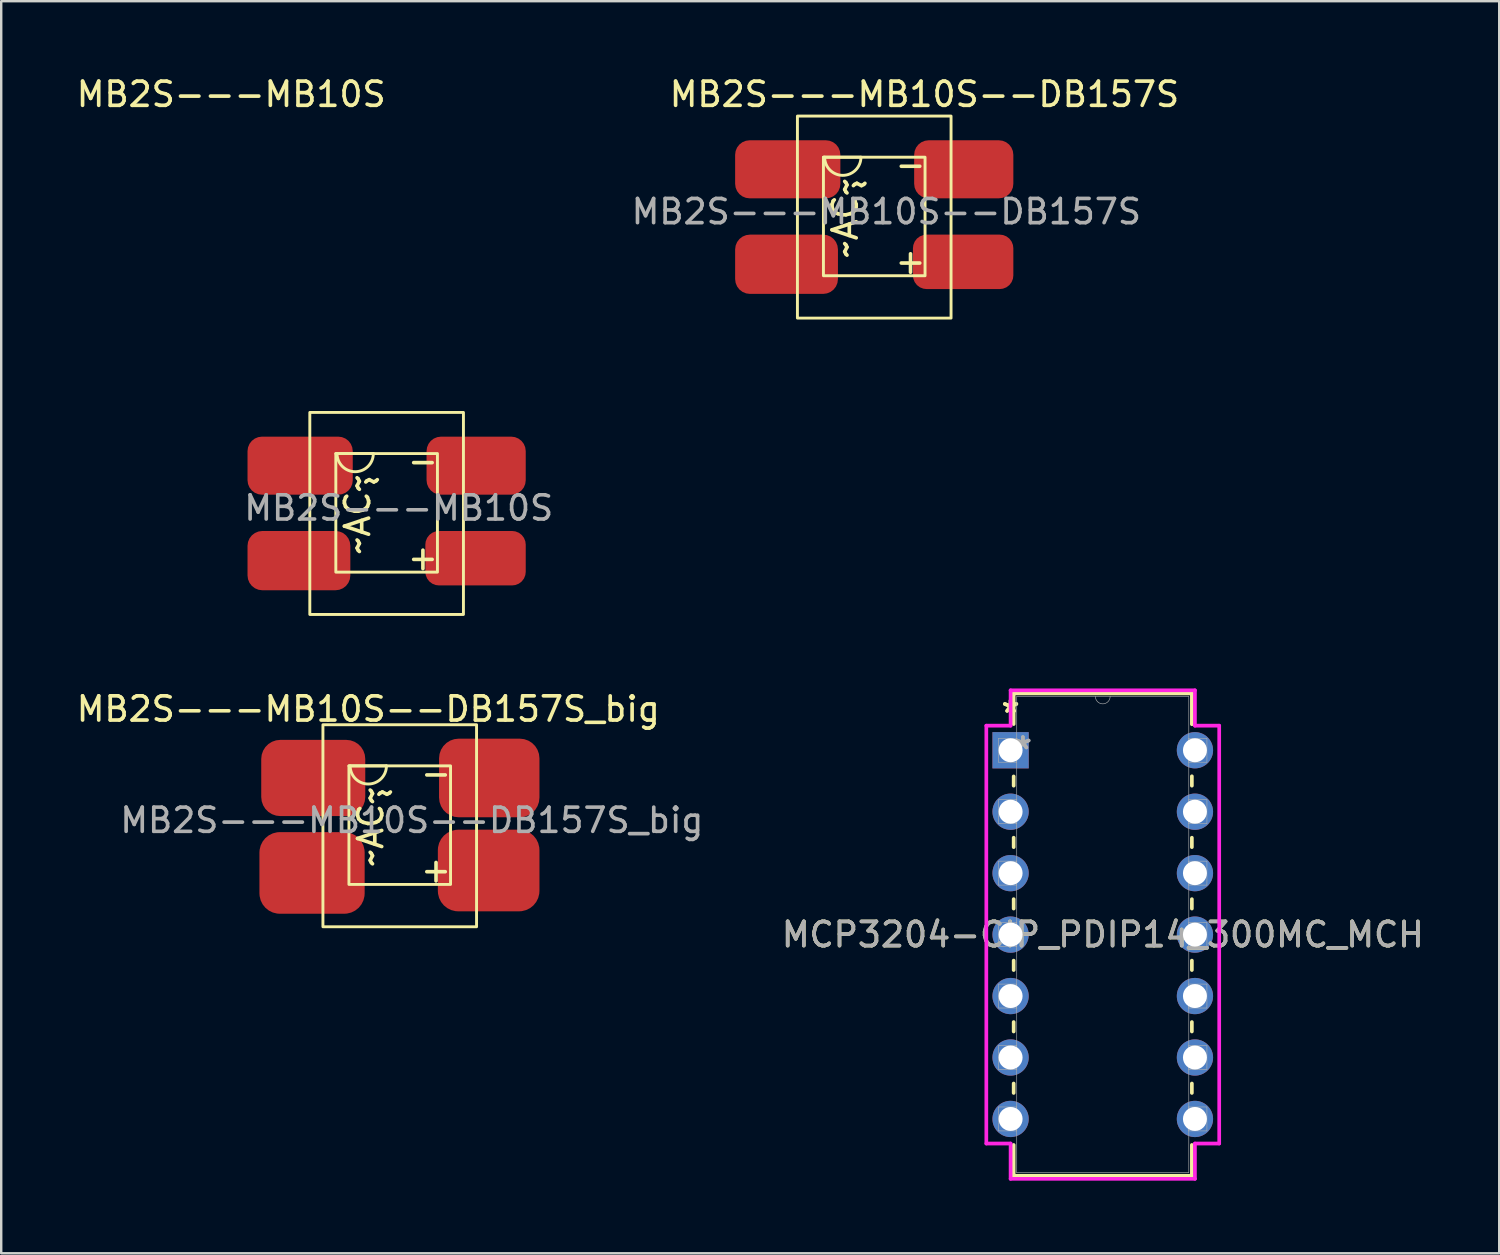
<source format=kicad_pcb>
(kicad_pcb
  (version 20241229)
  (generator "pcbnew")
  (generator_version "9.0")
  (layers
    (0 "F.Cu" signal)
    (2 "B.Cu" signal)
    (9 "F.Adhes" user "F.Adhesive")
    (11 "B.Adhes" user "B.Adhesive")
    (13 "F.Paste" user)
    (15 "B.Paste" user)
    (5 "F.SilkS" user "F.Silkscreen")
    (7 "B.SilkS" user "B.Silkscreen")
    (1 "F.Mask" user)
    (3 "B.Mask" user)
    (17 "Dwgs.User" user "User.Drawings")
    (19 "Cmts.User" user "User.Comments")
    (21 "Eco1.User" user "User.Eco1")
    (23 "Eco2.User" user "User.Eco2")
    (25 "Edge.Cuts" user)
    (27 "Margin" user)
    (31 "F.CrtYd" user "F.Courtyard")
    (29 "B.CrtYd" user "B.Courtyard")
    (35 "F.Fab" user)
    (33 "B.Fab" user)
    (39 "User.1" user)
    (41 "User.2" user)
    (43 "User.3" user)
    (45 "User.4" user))
  (footprint "MB2S---MB10S"
    (layer "F.Cu")
    (at 13.256 18.098)
    (property "Reference" "MB2S---MB10S" (at -6.75 -17.25 0) (unlocked yes) (layer "F.SilkS") (effects (font (size 1 1) (thickness 0.15))))
    (attr smd)
    (fp_line (start -0.875 -2.4) (end -2.425 -2.4) (stroke (width 0.12) (type solid)) (layer "F.SilkS"))
    (fp_rect (start -3.5 -4.1) (end 2.85 4.25) (stroke (width 0.12) (type solid)) (fill no) (layer "F.SilkS"))
    (fp_rect (start -2.425 -2.4) (end 1.775 2.5) (stroke (width 0.12) (type solid)) (fill no) (layer "F.SilkS"))
    (fp_arc (start -0.875 -2.4) (mid -1.625 -1.65) (end -2.375 -2.4) (stroke (width 0.12) (type solid)) (layer "F.SilkS"))
    (fp_text user "+" (at 1.175 1.9 0) (unlocked yes) (layer "F.SilkS") (effects (font (size 1 1) (thickness 0.15))))
    (fp_text user "~" (at -0.925 -1.3 0) (unlocked yes) (layer "F.SilkS") (effects (font (size 1 1) (thickness 0.15))))
    (fp_text user "-" (at 1.175 -2.1 0) (unlocked yes) (layer "F.SilkS") (effects (font (size 1 1) (thickness 0.15))))
    (fp_text user "~AC~" (at -1.525 0.1 90) (unlocked yes) (layer "F.SilkS") (effects (font (size 1 1) (thickness 0.15))))
    (fp_text user "${REFERENCE}" (at 0.175 -0.15 0) (unlocked yes) (layer "F.Fab") (effects (font (size 1 1) (thickness 0.15))))
    (pad "1" smd roundrect (at 3.35 1.925) (size 4.15 2.25) (layers "F.Cu" "F.Mask" "F.Paste") (roundrect_rratio 0.25))
    (pad "2" smd roundrect (at 3.375 -1.9) (size 4.1 2.4) (layers "F.Cu" "F.Mask" "F.Paste") (roundrect_rratio 0.25))
    (pad "3" smd roundrect (at -3.95 2.025) (size 4.25 2.45) (layers "F.Cu" "F.Mask" "F.Paste") (roundrect_rratio 0.25))
    (pad "4" smd roundrect (at -3.9 -1.9) (size 4.35 2.4) (layers "F.Cu" "F.Mask" "F.Paste") (roundrect_rratio 0.25)))
  (footprint "MB2S---MB10S--DB157S_big"
    (layer "F.Cu")
    (at 13.973 30.857)
    (property "Reference" "MB2S---MB10S--DB157S_big" (at -1.8 -4.6 0) (unlocked yes) (layer "F.SilkS") (effects (font (size 1 1) (thickness 0.15))))
    (attr smd)
    (fp_line (start -1.05 -2.25) (end -2.6 -2.25) (stroke (width 0.12) (type solid)) (layer "F.SilkS"))
    (fp_rect (start -3.675 -3.95) (end 2.675 4.4) (stroke (width 0.12) (type solid)) (fill no) (layer "F.SilkS"))
    (fp_rect (start -2.6 -2.25) (end 1.6 2.65) (stroke (width 0.12) (type solid)) (fill no) (layer "F.SilkS"))
    (fp_arc (start -1.05 -2.25) (mid -1.8 -1.5) (end -2.55 -2.25) (stroke (width 0.12) (type solid)) (layer "F.SilkS"))
    (fp_text user "-" (at 1 -1.95 0) (unlocked yes) (layer "F.SilkS") (effects (font (size 1 1) (thickness 0.15))))
    (fp_text user "~AC~" (at -1.7 0.25 90) (unlocked yes) (layer "F.SilkS") (effects (font (size 1 1) (thickness 0.15))))
    (fp_text user "+" (at 1 2.05 0) (unlocked yes) (layer "F.SilkS") (effects (font (size 1 1) (thickness 0.15))))
    (fp_text user "~" (at -1.1 -1.15 0) (unlocked yes) (layer "F.SilkS") (effects (font (size 1 1) (thickness 0.15))))
    (fp_text user "${REFERENCE}" (at 0 0 0) (unlocked yes) (layer "F.Fab") (effects (font (size 1 1) (thickness 0.15))))
    (pad "1" smd roundrect (at 3.175 2.075) (size 4.2 3.375) (layers "F.Cu" "F.Mask" "F.Paste") (roundrect_rratio 0.25))
    (pad "2" smd roundrect (at 3.2 -1.75) (size 4.15 3.25) (layers "F.Cu" "F.Mask" "F.Paste") (roundrect_rratio 0.25))
    (pad "3" smd roundrect (at -4.125 2.175) (size 4.35 3.375) (layers "F.Cu" "F.Mask" "F.Paste") (roundrect_rratio 0.25))
    (pad "4" smd roundrect (at -4.075 -1.75) (size 4.3 3.15) (layers "F.Cu" "F.Mask" "F.Paste") (roundrect_rratio 0.25)))
  (footprint "MCP3204-CIP_PDIP14_300MC_MCH"
    (layer "F.Cu")
    (at 38.722 27.961)
    (property "Reference" "MCP3204-CIP_PDIP14_300MC_MCH" (at 3.81 7.62 0) (unlocked yes) (layer "F.SilkS") (effects (font (size 1 1) (thickness 0.15))))
    (attr through_hole)
    (fp_line (start 0.127 -2.349) (end 0.127 -1.082) (stroke (width 0.152) (type solid)) (layer "F.SilkS"))
    (fp_line (start 0.127 1.082) (end 0.127 1.465) (stroke (width 0.152) (type solid)) (layer "F.SilkS"))
    (fp_line (start 0.127 3.615) (end 0.127 4.005) (stroke (width 0.152) (type solid)) (layer "F.SilkS"))
    (fp_line (start 0.127 6.155) (end 0.127 6.545) (stroke (width 0.152) (type solid)) (layer "F.SilkS"))
    (fp_line (start 0.127 8.695) (end 0.127 9.085) (stroke (width 0.152) (type solid)) (layer "F.SilkS"))
    (fp_line (start 0.127 11.235) (end 0.127 11.625) (stroke (width 0.152) (type solid)) (layer "F.SilkS"))
    (fp_line (start 0.127 13.775) (end 0.127 14.165) (stroke (width 0.152) (type solid)) (layer "F.SilkS"))
    (fp_line (start 0.127 16.315) (end 0.127 17.59) (stroke (width 0.152) (type solid)) (layer "F.SilkS"))
    (fp_line (start 0.127 17.59) (end 7.493 17.59) (stroke (width 0.152) (type solid)) (layer "F.SilkS"))
    (fp_line (start 7.493 -2.349) (end 0.127 -2.349) (stroke (width 0.152) (type solid)) (layer "F.SilkS"))
    (fp_line (start 7.493 -1.075) (end 7.493 -2.349) (stroke (width 0.152) (type solid)) (layer "F.SilkS"))
    (fp_line (start 7.493 1.465) (end 7.493 1.075) (stroke (width 0.152) (type solid)) (layer "F.SilkS"))
    (fp_line (start 7.493 4.005) (end 7.493 3.615) (stroke (width 0.152) (type solid)) (layer "F.SilkS"))
    (fp_line (start 7.493 6.545) (end 7.493 6.155) (stroke (width 0.152) (type solid)) (layer "F.SilkS"))
    (fp_line (start 7.493 9.085) (end 7.493 8.695) (stroke (width 0.152) (type solid)) (layer "F.SilkS"))
    (fp_line (start 7.493 11.625) (end 7.493 11.235) (stroke (width 0.152) (type solid)) (layer "F.SilkS"))
    (fp_line (start 7.493 14.165) (end 7.493 13.775) (stroke (width 0.152) (type solid)) (layer "F.SilkS"))
    (fp_line (start 7.493 17.59) (end 7.493 16.315) (stroke (width 0.152) (type solid)) (layer "F.SilkS"))
    (fp_line (start -1.003 -1.016) (end 0 -1.016) (stroke (width 0.152) (type solid)) (layer "F.CrtYd"))
    (fp_line (start -1.003 16.256) (end -1.003 -1.016) (stroke (width 0.152) (type solid)) (layer "F.CrtYd"))
    (fp_line (start 0 -2.477) (end 7.62 -2.477) (stroke (width 0.152) (type solid)) (layer "F.CrtYd"))
    (fp_line (start 0 -1.016) (end 0 -2.477) (stroke (width 0.152) (type solid)) (layer "F.CrtYd"))
    (fp_line (start 0 16.256) (end -1.003 16.256) (stroke (width 0.152) (type solid)) (layer "F.CrtYd"))
    (fp_line (start 0 17.716) (end 0 16.256) (stroke (width 0.152) (type solid)) (layer "F.CrtYd"))
    (fp_line (start 7.62 -2.477) (end 7.62 -1.016) (stroke (width 0.152) (type solid)) (layer "F.CrtYd"))
    (fp_line (start 7.62 16.256) (end 7.62 17.716) (stroke (width 0.152) (type solid)) (layer "F.CrtYd"))
    (fp_line (start 7.62 17.716) (end 0 17.716) (stroke (width 0.152) (type solid)) (layer "F.CrtYd"))
    (fp_line (start 8.623 -1.016) (end 7.62 -1.016) (stroke (width 0.152) (type solid)) (layer "F.CrtYd"))
    (fp_line (start 8.623 -1.016) (end 8.623 16.256) (stroke (width 0.152) (type solid)) (layer "F.CrtYd"))
    (fp_line (start 8.623 16.256) (end 7.62 16.256) (stroke (width 0.152) (type solid)) (layer "F.CrtYd"))
    (fp_line (start -0.495 -0.495) (end -0.495 0.495) (stroke (width 0.025) (type solid)) (layer "F.Fab"))
    (fp_line (start -0.495 0.495) (end 0.254 0.495) (stroke (width 0.025) (type solid)) (layer "F.Fab"))
    (fp_line (start -0.495 2.045) (end -0.495 3.035) (stroke (width 0.025) (type solid)) (layer "F.Fab"))
    (fp_line (start -0.495 3.035) (end 0.254 3.035) (stroke (width 0.025) (type solid)) (layer "F.Fab"))
    (fp_line (start -0.495 4.585) (end -0.495 5.575) (stroke (width 0.025) (type solid)) (layer "F.Fab"))
    (fp_line (start -0.495 5.575) (end 0.254 5.575) (stroke (width 0.025) (type solid)) (layer "F.Fab"))
    (fp_line (start -0.495 7.125) (end -0.495 8.115) (stroke (width 0.025) (type solid)) (layer "F.Fab"))
    (fp_line (start -0.495 8.115) (end 0.254 8.115) (stroke (width 0.025) (type solid)) (layer "F.Fab"))
    (fp_line (start -0.495 9.665) (end -0.495 10.655) (stroke (width 0.025) (type solid)) (layer "F.Fab"))
    (fp_line (start -0.495 10.655) (end 0.254 10.655) (stroke (width 0.025) (type solid)) (layer "F.Fab"))
    (fp_line (start -0.495 12.205) (end -0.495 13.195) (stroke (width 0.025) (type solid)) (layer "F.Fab"))
    (fp_line (start -0.495 13.195) (end 0.254 13.195) (stroke (width 0.025) (type solid)) (layer "F.Fab"))
    (fp_line (start -0.495 14.745) (end -0.495 15.735) (stroke (width 0.025) (type solid)) (layer "F.Fab"))
    (fp_line (start -0.495 15.735) (end 0.254 15.735) (stroke (width 0.025) (type solid)) (layer "F.Fab"))
    (fp_line (start 0.254 -2.223) (end 0.254 17.462) (stroke (width 0.025) (type solid)) (layer "F.Fab"))
    (fp_line (start 0.254 -0.495) (end -0.495 -0.495) (stroke (width 0.025) (type solid)) (layer "F.Fab"))
    (fp_line (start 0.254 0.495) (end 0.254 -0.495) (stroke (width 0.025) (type solid)) (layer "F.Fab"))
    (fp_line (start 0.254 2.045) (end -0.495 2.045) (stroke (width 0.025) (type solid)) (layer "F.Fab"))
    (fp_line (start 0.254 3.035) (end 0.254 2.045) (stroke (width 0.025) (type solid)) (layer "F.Fab"))
    (fp_line (start 0.254 4.585) (end -0.495 4.585) (stroke (width 0.025) (type solid)) (layer "F.Fab"))
    (fp_line (start 0.254 5.575) (end 0.254 4.585) (stroke (width 0.025) (type solid)) (layer "F.Fab"))
    (fp_line (start 0.254 7.125) (end -0.495 7.125) (stroke (width 0.025) (type solid)) (layer "F.Fab"))
    (fp_line (start 0.254 8.115) (end 0.254 7.125) (stroke (width 0.025) (type solid)) (layer "F.Fab"))
    (fp_line (start 0.254 9.665) (end -0.495 9.665) (stroke (width 0.025) (type solid)) (layer "F.Fab"))
    (fp_line (start 0.254 10.655) (end 0.254 9.665) (stroke (width 0.025) (type solid)) (layer "F.Fab"))
    (fp_line (start 0.254 12.205) (end -0.495 12.205) (stroke (width 0.025) (type solid)) (layer "F.Fab"))
    (fp_line (start 0.254 13.195) (end 0.254 12.205) (stroke (width 0.025) (type solid)) (layer "F.Fab"))
    (fp_line (start 0.254 14.745) (end -0.495 14.745) (stroke (width 0.025) (type solid)) (layer "F.Fab"))
    (fp_line (start 0.254 15.735) (end 0.254 14.745) (stroke (width 0.025) (type solid)) (layer "F.Fab"))
    (fp_line (start 0.254 17.462) (end 7.366 17.462) (stroke (width 0.025) (type solid)) (layer "F.Fab"))
    (fp_line (start 7.366 -2.223) (end 0.254 -2.223) (stroke (width 0.025) (type solid)) (layer "F.Fab"))
    (fp_line (start 7.366 -0.495) (end 7.366 0.495) (stroke (width 0.025) (type solid)) (layer "F.Fab"))
    (fp_line (start 7.366 0.495) (end 8.115 0.495) (stroke (width 0.025) (type solid)) (layer "F.Fab"))
    (fp_line (start 7.366 2.045) (end 7.366 3.035) (stroke (width 0.025) (type solid)) (layer "F.Fab"))
    (fp_line (start 7.366 3.035) (end 8.115 3.035) (stroke (width 0.025) (type solid)) (layer "F.Fab"))
    (fp_line (start 7.366 4.585) (end 7.366 5.575) (stroke (width 0.025) (type solid)) (layer "F.Fab"))
    (fp_line (start 7.366 5.575) (end 8.115 5.575) (stroke (width 0.025) (type solid)) (layer "F.Fab"))
    (fp_line (start 7.366 7.125) (end 7.366 8.115) (stroke (width 0.025) (type solid)) (layer "F.Fab"))
    (fp_line (start 7.366 8.115) (end 8.115 8.115) (stroke (width 0.025) (type solid)) (layer "F.Fab"))
    (fp_line (start 7.366 9.665) (end 7.366 10.655) (stroke (width 0.025) (type solid)) (layer "F.Fab"))
    (fp_line (start 7.366 10.655) (end 8.115 10.655) (stroke (width 0.025) (type solid)) (layer "F.Fab"))
    (fp_line (start 7.366 12.205) (end 7.366 13.195) (stroke (width 0.025) (type solid)) (layer "F.Fab"))
    (fp_line (start 7.366 13.195) (end 8.115 13.195) (stroke (width 0.025) (type solid)) (layer "F.Fab"))
    (fp_line (start 7.366 14.745) (end 7.366 15.735) (stroke (width 0.025) (type solid)) (layer "F.Fab"))
    (fp_line (start 7.366 15.735) (end 8.115 15.735) (stroke (width 0.025) (type solid)) (layer "F.Fab"))
    (fp_line (start 7.366 17.462) (end 7.366 -2.223) (stroke (width 0.025) (type solid)) (layer "F.Fab"))
    (fp_line (start 8.115 -0.495) (end 7.366 -0.495) (stroke (width 0.025) (type solid)) (layer "F.Fab"))
    (fp_line (start 8.115 0.495) (end 8.115 -0.495) (stroke (width 0.025) (type solid)) (layer "F.Fab"))
    (fp_line (start 8.115 2.045) (end 7.366 2.045) (stroke (width 0.025) (type solid)) (layer "F.Fab"))
    (fp_line (start 8.115 3.035) (end 8.115 2.045) (stroke (width 0.025) (type solid)) (layer "F.Fab"))
    (fp_line (start 8.115 4.585) (end 7.366 4.585) (stroke (width 0.025) (type solid)) (layer "F.Fab"))
    (fp_line (start 8.115 5.575) (end 8.115 4.585) (stroke (width 0.025) (type solid)) (layer "F.Fab"))
    (fp_line (start 8.115 7.125) (end 7.366 7.125) (stroke (width 0.025) (type solid)) (layer "F.Fab"))
    (fp_line (start 8.115 8.115) (end 8.115 7.125) (stroke (width 0.025) (type solid)) (layer "F.Fab"))
    (fp_line (start 8.115 9.665) (end 7.366 9.665) (stroke (width 0.025) (type solid)) (layer "F.Fab"))
    (fp_line (start 8.115 10.655) (end 8.115 9.665) (stroke (width 0.025) (type solid)) (layer "F.Fab"))
    (fp_line (start 8.115 12.205) (end 7.366 12.205) (stroke (width 0.025) (type solid)) (layer "F.Fab"))
    (fp_line (start 8.115 13.195) (end 8.115 12.205) (stroke (width 0.025) (type solid)) (layer "F.Fab"))
    (fp_line (start 8.115 14.745) (end 7.366 14.745) (stroke (width 0.025) (type solid)) (layer "F.Fab"))
    (fp_line (start 8.115 15.735) (end 8.115 14.745) (stroke (width 0.025) (type solid)) (layer "F.Fab"))
    (fp_arc (start 4.1148 -2.2225) (mid 3.81 -1.9177) (end 3.5052 -2.2225) (stroke (width 0.0254) (type solid)) (layer "F.Fab"))
    (fp_text user "*" (at 0 -1.511 0) (unlocked yes) (layer "F.SilkS") (effects (font (size 1 1) (thickness 0.15))))
    (fp_text user "*" (at 0 -1.511 0) (layer "F.SilkS") (effects (font (size 1 1) (thickness 0.15))))
    (fp_text user "${REFERENCE}" (at 3.81 7.62 0) (unlocked yes) (layer "F.Fab") (effects (font (size 1 1) (thickness 0.15))))
    (fp_text user "*" (at 0.508 0 0) (layer "F.Fab") (effects (font (size 1 1) (thickness 0.15))))
    (fp_text user "*" (at 0.508 0 0) (unlocked yes) (layer "F.Fab") (effects (font (size 1 1) (thickness 0.15))))
    (pad "1" thru_hole rect (at 0 0) (size 1.499 1.499) (drill 0.991) (layers "*.Cu" "*.Mask"))
    (pad "2" thru_hole circle (at 0 2.54) (size 1.499 1.499) (drill 0.991) (layers "*.Cu" "*.Mask"))
    (pad "3" thru_hole circle (at 0 5.08) (size 1.499 1.499) (drill 0.991) (layers "*.Cu" "*.Mask"))
    (pad "4" thru_hole circle (at 0 7.62) (size 1.499 1.499) (drill 0.991) (layers "*.Cu" "*.Mask"))
    (pad "5" thru_hole circle (at 0 10.16) (size 1.499 1.499) (drill 0.991) (layers "*.Cu" "*.Mask"))
    (pad "6" thru_hole circle (at 0 12.7) (size 1.499 1.499) (drill 0.991) (layers "*.Cu" "*.Mask"))
    (pad "7" thru_hole circle (at 0 15.24) (size 1.499 1.499) (drill 0.991) (layers "*.Cu" "*.Mask"))
    (pad "8" thru_hole circle (at 7.62 15.24) (size 1.499 1.499) (drill 0.991) (layers "*.Cu" "*.Mask"))
    (pad "9" thru_hole circle (at 7.62 12.7) (size 1.499 1.499) (drill 0.991) (layers "*.Cu" "*.Mask"))
    (pad "10" thru_hole circle (at 7.62 10.16) (size 1.499 1.499) (drill 0.991) (layers "*.Cu" "*.Mask"))
    (pad "11" thru_hole circle (at 7.62 7.62) (size 1.499 1.499) (drill 0.991) (layers "*.Cu" "*.Mask"))
    (pad "12" thru_hole circle (at 7.62 5.08) (size 1.499 1.499) (drill 0.991) (layers "*.Cu" "*.Mask"))
    (pad "13" thru_hole circle (at 7.62 2.54) (size 1.499 1.499) (drill 0.991) (layers "*.Cu" "*.Mask"))
    (pad "14" thru_hole circle (at 7.62 0) (size 1.499 1.499) (drill 0.991) (layers "*.Cu" "*.Mask")))
  (footprint "MB2S---MB10S--DB157S"
    (layer "F.Cu")
    (at 33.411 5.848)
    (property "Reference" "MB2S---MB10S--DB157S" (at 1.75 -5 0) (unlocked yes) (layer "F.SilkS") (effects (font (size 1 1) (thickness 0.15))))
    (attr smd)
    (fp_line (start -0.875 -2.4) (end -2.425 -2.4) (stroke (width 0.12) (type solid)) (layer "F.SilkS"))
    (fp_rect (start -3.5 -4.1) (end 2.85 4.25) (stroke (width 0.12) (type solid)) (fill no) (layer "F.SilkS"))
    (fp_rect (start -2.425 -2.4) (end 1.775 2.5) (stroke (width 0.12) (type solid)) (fill no) (layer "F.SilkS"))
    (fp_arc (start -0.875 -2.4) (mid -1.625 -1.65) (end -2.375 -2.4) (stroke (width 0.12) (type solid)) (layer "F.SilkS"))
    (fp_text user "-" (at 1.175 -2.1 0) (unlocked yes) (layer "F.SilkS") (effects (font (size 1 1) (thickness 0.15))))
    (fp_text user "~AC~" (at -1.525 0.1 90) (unlocked yes) (layer "F.SilkS") (effects (font (size 1 1) (thickness 0.15))))
    (fp_text user "+" (at 1.175 1.9 0) (unlocked yes) (layer "F.SilkS") (effects (font (size 1 1) (thickness 0.15))))
    (fp_text user "~" (at -0.925 -1.3 0) (unlocked yes) (layer "F.SilkS") (effects (font (size 1 1) (thickness 0.15))))
    (fp_text user "${REFERENCE}" (at 0.175 -0.15 0) (unlocked yes) (layer "F.Fab") (effects (font (size 1 1) (thickness 0.15))))
    (pad "1" smd roundrect (at 3.35 1.925) (size 4.15 2.25) (layers "F.Cu" "F.Mask" "F.Paste") (roundrect_rratio 0.25))
    (pad "2" smd roundrect (at 3.375 -1.9) (size 4.1 2.4) (layers "F.Cu" "F.Mask" "F.Paste") (roundrect_rratio 0.25))
    (pad "3" smd roundrect (at -3.95 2.025) (size 4.25 2.45) (layers "F.Cu" "F.Mask" "F.Paste") (roundrect_rratio 0.25))
    (pad "4" smd roundrect (at -3.9 -1.9) (size 4.35 2.4) (layers "F.Cu" "F.Mask" "F.Paste") (roundrect_rratio 0.25)))
  (gr_rect
    (start -3 -3)
    (end 58.919 48.754)
    (stroke (width 0.1) (type default))
    (fill no)
    (layer "Edge.Cuts")))
</source>
